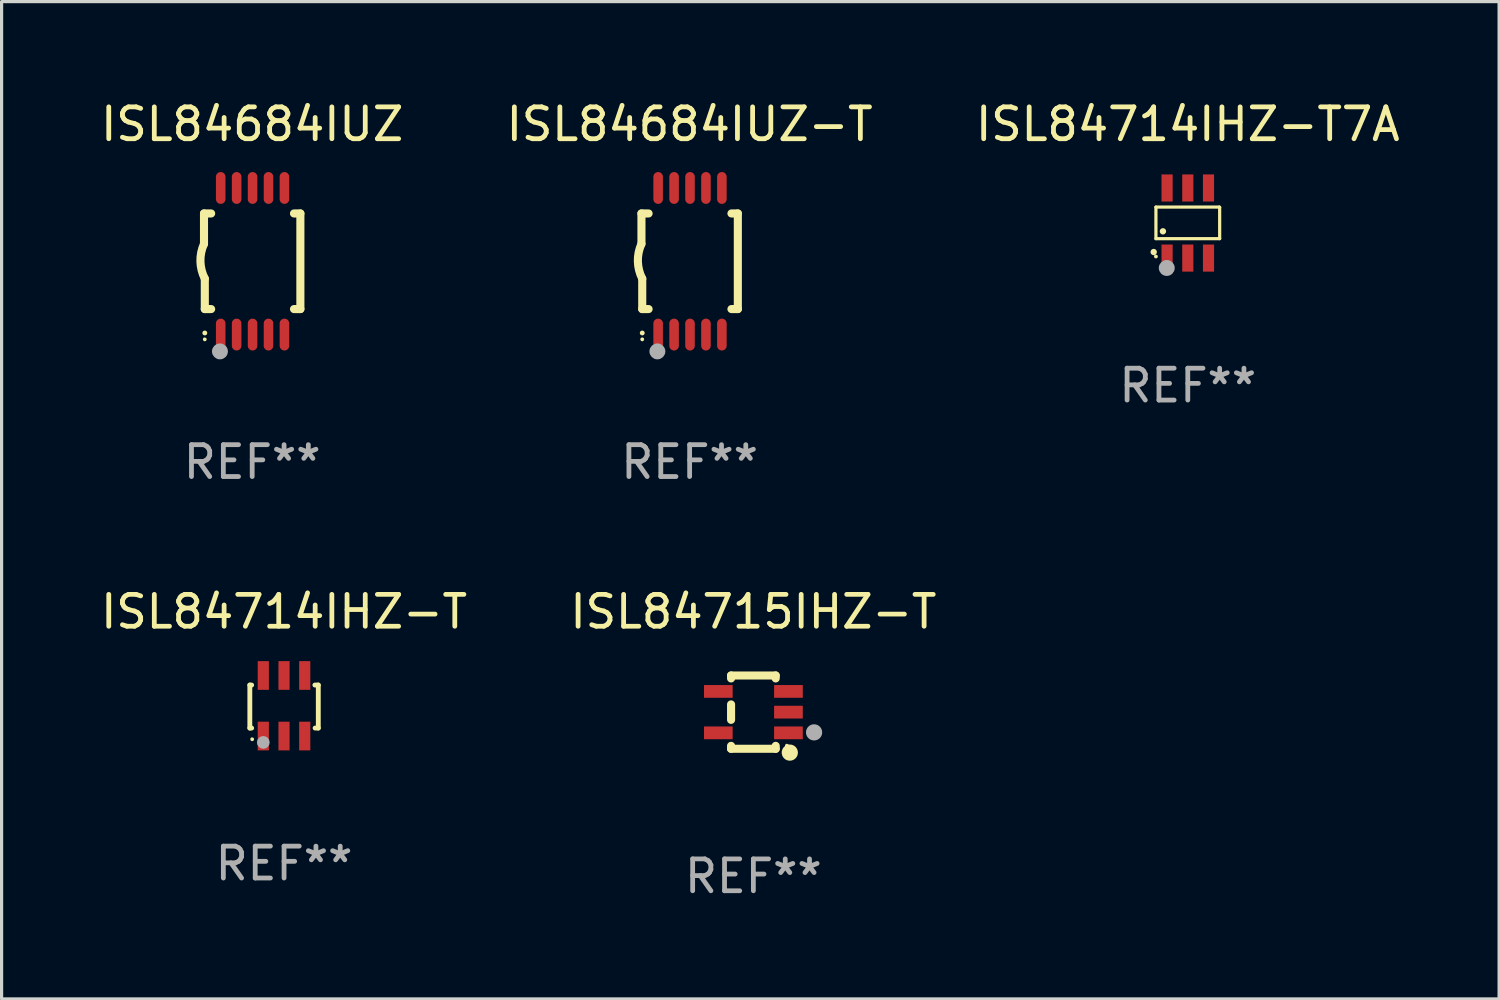
<source format=kicad_pcb>
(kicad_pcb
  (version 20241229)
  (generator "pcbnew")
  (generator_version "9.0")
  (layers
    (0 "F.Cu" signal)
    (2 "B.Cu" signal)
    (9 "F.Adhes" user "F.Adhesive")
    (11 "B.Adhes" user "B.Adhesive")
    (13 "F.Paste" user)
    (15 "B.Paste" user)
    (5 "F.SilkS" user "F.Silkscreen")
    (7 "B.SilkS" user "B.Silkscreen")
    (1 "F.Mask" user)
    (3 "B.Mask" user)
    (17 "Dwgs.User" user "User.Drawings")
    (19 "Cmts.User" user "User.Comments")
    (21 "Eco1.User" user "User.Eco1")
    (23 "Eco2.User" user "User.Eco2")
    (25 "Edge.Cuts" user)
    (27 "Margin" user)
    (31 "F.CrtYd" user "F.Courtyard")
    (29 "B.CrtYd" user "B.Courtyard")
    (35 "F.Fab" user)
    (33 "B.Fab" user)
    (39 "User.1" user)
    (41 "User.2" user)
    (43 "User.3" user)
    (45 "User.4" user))
  (footprint "ISL84684IUZ"
    (layer "F.Cu")
    (at 4.863 5.148)
    (property "Reference" "ISL84684IUZ" (at 0 -4.3 0) (layer "F.SilkS") (effects (font (size 1 1) (thickness 0.15))))
    (attr through_hole)
    (fp_line (start -1.512 -1.5) (end -1.512 -0.546) (stroke (width 0.254) (type solid)) (layer "F.SilkS"))
    (fp_line (start -1.487 0.546) (end -1.487 1.5) (stroke (width 0.254) (type solid)) (layer "F.SilkS"))
    (fp_line (start -1.288 -1.5) (end -1.512 -1.5) (stroke (width 0.254) (type solid)) (layer "F.SilkS"))
    (fp_line (start -1.288 1.5) (end -1.487 1.5) (stroke (width 0.254) (type solid)) (layer "F.SilkS"))
    (fp_line (start 1.512 -1.5) (end 1.312 -1.5) (stroke (width 0.254) (type solid)) (layer "F.SilkS"))
    (fp_line (start 1.512 -1.5) (end 1.512 1.5) (stroke (width 0.254) (type solid)) (layer "F.SilkS"))
    (fp_line (start 1.512 1.5) (end 1.312 1.5) (stroke (width 0.254) (type solid)) (layer "F.SilkS"))
    (fp_arc (start -1.487998 2.250013) (mid -1.486728 2.250007) (end -1.485458 2.250013) (stroke (width 0.150013) (type solid)) (layer "F.SilkS"))
    (fp_arc (start -1.486602 0.546102) (mid -1.624196 0.002905) (end -1.512002 -0.546101) (stroke (width 0.254001) (type solid)) (layer "F.SilkS"))
    (fp_circle (center -1.488 2.45) (end -1.458 2.45) (stroke (width 0.06) (type solid)) (fill no) (layer "F.SilkS"))
    (fp_circle (center -1.012 2.828) (end -0.887 2.828) (stroke (width 0.25) (type solid)) (fill no) (layer "F.Fab"))
    (fp_text user "REF**" (at 0 6.3 0) (layer "F.Fab") (effects (font (size 1 1) (thickness 0.15))))
    (pad "1" smd oval (at -0.988 2.3) (size 0.3 1) (layers "F.Cu" "F.Mask" "F.Paste"))
    (pad "2" smd oval (at -0.488 2.3) (size 0.3 1) (layers "F.Cu" "F.Mask" "F.Paste"))
    (pad "3" smd oval (at 0.012 2.3) (size 0.3 1) (layers "F.Cu" "F.Mask" "F.Paste"))
    (pad "4" smd oval (at 0.512 2.3) (size 0.3 1) (layers "F.Cu" "F.Mask" "F.Paste"))
    (pad "5" smd oval (at 1.012 2.3) (size 0.3 1) (layers "F.Cu" "F.Mask" "F.Paste"))
    (pad "6" smd oval (at 1.012 -2.3) (size 0.3 1) (layers "F.Cu" "F.Mask" "F.Paste"))
    (pad "7" smd oval (at 0.512 -2.3) (size 0.3 1) (layers "F.Cu" "F.Mask" "F.Paste"))
    (pad "8" smd oval (at 0.012 -2.3) (size 0.3 1) (layers "F.Cu" "F.Mask" "F.Paste"))
    (pad "9" smd oval (at -0.488 -2.3) (size 0.3 1) (layers "F.Cu" "F.Mask" "F.Paste"))
    (pad "10" smd oval (at -0.988 -2.3) (size 0.3 1) (layers "F.Cu" "F.Mask" "F.Paste")))
  (footprint "ISL84715IHZ-T"
    (layer "F.Cu")
    (at 20.589 19.295)
    (property "Reference" "ISL84715IHZ-T" (at 0 -3.15 0) (layer "F.SilkS") (effects (font (size 1 1) (thickness 0.15))))
    (attr through_hole)
    (fp_line (start -0.7 -1.15) (end 0.7 -1.15) (stroke (width 0.254) (type solid)) (layer "F.SilkS"))
    (fp_line (start -0.7 -1.058) (end -0.7 -1.15) (stroke (width 0.254) (type solid)) (layer "F.SilkS"))
    (fp_line (start -0.7 0.242) (end -0.7 -0.242) (stroke (width 0.254) (type solid)) (layer "F.SilkS"))
    (fp_line (start -0.7 1.15) (end -0.7 1.058) (stroke (width 0.254) (type solid)) (layer "F.SilkS"))
    (fp_line (start -0.7 1.15) (end 0.7 1.15) (stroke (width 0.254) (type solid)) (layer "F.SilkS"))
    (fp_line (start 0.7 -1.058) (end 0.7 -1.15) (stroke (width 0.254) (type solid)) (layer "F.SilkS"))
    (fp_line (start 0.7 1.15) (end 0.7 1.058) (stroke (width 0.254) (type solid)) (layer "F.SilkS"))
    (fp_circle (center 1.053 1.052) (end 1.083 1.052) (stroke (width 0.06) (type solid)) (fill no) (layer "F.SilkS"))
    (fp_circle (center 1.143 1.27) (end 1.27 1.27) (stroke (width 0.254) (type solid)) (fill no) (layer "F.SilkS"))
    (fp_circle (center 1.905 0.635) (end 2.032 0.635) (stroke (width 0.254) (type solid)) (fill no) (layer "F.Fab"))
    (fp_text user "REF**" (at 0 5.15 0) (layer "F.Fab") (effects (font (size 1 1) (thickness 0.15))))
    (pad "1" smd rect (at 1.1 0.65 90) (size 0.4 0.9) (layers "F.Cu" "F.Mask" "F.Paste"))
    (pad "2" smd rect (at 1.1 0.000076 90) (size 0.4 0.9) (layers "F.Cu" "F.Mask" "F.Paste"))
    (pad "3" smd rect (at 1.1 -0.65 90) (size 0.4 0.9) (layers "F.Cu" "F.Mask" "F.Paste"))
    (pad "4" smd rect (at -1.1 -0.65 90) (size 0.4 0.9) (layers "F.Cu" "F.Mask" "F.Paste"))
    (pad "5" smd rect (at -1.1 0.65 90) (size 0.4 0.9) (layers "F.Cu" "F.Mask" "F.Paste")))
  (footprint "ISL84714IHZ-T"
    (layer "F.Cu")
    (at 5.863 19.095)
    (property "Reference" "ISL84714IHZ-T" (at 0 -2.95 0) (layer "F.SilkS") (effects (font (size 1 1) (thickness 0.15))))
    (attr through_hole)
    (fp_line (start -1.074 -0.65) (end -1.074 0.7) (stroke (width 0.152) (type solid)) (layer "F.SilkS"))
    (fp_line (start -1.074 0.7) (end -1.017 0.7) (stroke (width 0.152) (type solid)) (layer "F.SilkS"))
    (fp_line (start -1.017 -0.65) (end -1.074 -0.65) (stroke (width 0.152) (type solid)) (layer "F.SilkS"))
    (fp_line (start 0.967 -0.65) (end 1.074 -0.65) (stroke (width 0.152) (type solid)) (layer "F.SilkS"))
    (fp_line (start 1.074 -0.65) (end 1.074 0.7) (stroke (width 0.152) (type solid)) (layer "F.SilkS"))
    (fp_line (start 1.074 0.7) (end 0.974 0.7) (stroke (width 0.152) (type solid)) (layer "F.SilkS"))
    (fp_circle (center -1.001 1.05) (end -0.971 1.05) (stroke (width 0.06) (type solid)) (fill no) (layer "F.SilkS"))
    (fp_circle (center -0.651 1.15) (end -0.551 1.15) (stroke (width 0.2) (type solid)) (fill no) (layer "F.Fab"))
    (fp_text user "REF**" (at 0 4.95 0) (layer "F.Fab") (effects (font (size 1 1) (thickness 0.15))))
    (pad "1" smd rect (at -0.651 0.95 180) (size 0.35 0.9) (layers "F.Cu" "F.Mask" "F.Paste"))
    (pad "2" smd rect (at -0.001 0.95 180) (size 0.35 0.9) (layers "F.Cu" "F.Mask" "F.Paste"))
    (pad "3" smd rect (at 0.649 0.95 180) (size 0.35 0.9) (layers "F.Cu" "F.Mask" "F.Paste"))
    (pad "4" smd rect (at 0.649 -0.95) (size 0.35 0.9) (layers "F.Cu" "F.Mask" "F.Paste"))
    (pad "5" smd rect (at -0.001 -0.95) (size 0.35 0.9) (layers "F.Cu" "F.Mask" "F.Paste"))
    (pad "6" smd rect (at -0.651 -0.95) (size 0.35 0.9) (layers "F.Cu" "F.Mask" "F.Paste")))
  (footprint "ISL84714IHZ-T7A"
    (layer "F.Cu")
    (at 34.22 3.948)
    (property "Reference" "ISL84714IHZ-T7A" (at 0 -3.1 0) (layer "F.SilkS") (effects (font (size 1 1) (thickness 0.15))))
    (attr through_hole)
    (fp_line (start -1 -0.5) (end -1 0.49) (stroke (width 0.1) (type solid)) (layer "F.SilkS"))
    (fp_line (start -1 0.49) (end 1 0.49) (stroke (width 0.1) (type solid)) (layer "F.SilkS"))
    (fp_line (start 0.99 -0.5) (end -1 -0.5) (stroke (width 0.1) (type solid)) (layer "F.SilkS"))
    (fp_line (start 1 -0.49) (end 0.99 -0.5) (stroke (width 0.1) (type solid)) (layer "F.SilkS"))
    (fp_line (start 1 0.49) (end 1 -0.49) (stroke (width 0.1) (type solid)) (layer "F.SilkS"))
    (fp_circle (center -1.07 0.91) (end -1.02 0.91) (stroke (width 0.1) (type solid)) (fill no) (layer "F.SilkS"))
    (fp_circle (center -1 1.05) (end -0.97 1.05) (stroke (width 0.06) (type solid)) (fill no) (layer "F.SilkS"))
    (fp_circle (center -0.78 0.26) (end -0.73 0.26) (stroke (width 0.1) (type solid)) (fill no) (layer "F.SilkS"))
    (fp_circle (center -0.66 1.41) (end -0.535 1.41) (stroke (width 0.25) (type solid)) (fill no) (layer "F.Fab"))
    (fp_text user "REF**" (at 0 5.1 0) (layer "F.Fab") (effects (font (size 1 1) (thickness 0.15))))
    (pad "1" smd rect (at -0.65 1.1) (size 0.35 0.85) (layers "F.Cu" "F.Mask" "F.Paste"))
    (pad "2" smd rect (at 0 1.1) (size 0.35 0.85) (layers "F.Cu" "F.Mask" "F.Paste"))
    (pad "3" smd rect (at 0.65 1.1) (size 0.35 0.85) (layers "F.Cu" "F.Mask" "F.Paste"))
    (pad "4" smd rect (at 0.65 -1.1) (size 0.35 0.85) (layers "F.Cu" "F.Mask" "F.Paste"))
    (pad "5" smd rect (at 0 -1.1) (size 0.35 0.85) (layers "F.Cu" "F.Mask" "F.Paste"))
    (pad "6" smd rect (at -0.65 -1.1) (size 0.35 0.85) (layers "F.Cu" "F.Mask" "F.Paste")))
  (footprint "ISL84684IUZ-T"
    (layer "F.Cu")
    (at 18.589 5.148)
    (property "Reference" "ISL84684IUZ-T" (at 0 -4.3 0) (layer "F.SilkS") (effects (font (size 1 1) (thickness 0.15))))
    (attr through_hole)
    (fp_line (start -1.512 -1.5) (end -1.512 -0.546) (stroke (width 0.254) (type solid)) (layer "F.SilkS"))
    (fp_line (start -1.487 0.546) (end -1.487 1.5) (stroke (width 0.254) (type solid)) (layer "F.SilkS"))
    (fp_line (start -1.288 -1.5) (end -1.512 -1.5) (stroke (width 0.254) (type solid)) (layer "F.SilkS"))
    (fp_line (start -1.288 1.5) (end -1.487 1.5) (stroke (width 0.254) (type solid)) (layer "F.SilkS"))
    (fp_line (start 1.512 -1.5) (end 1.312 -1.5) (stroke (width 0.254) (type solid)) (layer "F.SilkS"))
    (fp_line (start 1.512 -1.5) (end 1.512 1.5) (stroke (width 0.254) (type solid)) (layer "F.SilkS"))
    (fp_line (start 1.512 1.5) (end 1.312 1.5) (stroke (width 0.254) (type solid)) (layer "F.SilkS"))
    (fp_arc (start -1.487998 2.250013) (mid -1.486728 2.250007) (end -1.485458 2.250013) (stroke (width 0.150013) (type solid)) (layer "F.SilkS"))
    (fp_arc (start -1.486602 0.546102) (mid -1.624196 0.002905) (end -1.512002 -0.546101) (stroke (width 0.254001) (type solid)) (layer "F.SilkS"))
    (fp_circle (center -1.488 2.45) (end -1.458 2.45) (stroke (width 0.06) (type solid)) (fill no) (layer "F.SilkS"))
    (fp_circle (center -1.012 2.828) (end -0.887 2.828) (stroke (width 0.25) (type solid)) (fill no) (layer "F.Fab"))
    (fp_text user "REF**" (at 0 6.3 0) (layer "F.Fab") (effects (font (size 1 1) (thickness 0.15))))
    (pad "1" smd oval (at -0.988 2.3) (size 0.3 1) (layers "F.Cu" "F.Mask" "F.Paste"))
    (pad "2" smd oval (at -0.488 2.3) (size 0.3 1) (layers "F.Cu" "F.Mask" "F.Paste"))
    (pad "3" smd oval (at 0.012 2.3) (size 0.3 1) (layers "F.Cu" "F.Mask" "F.Paste"))
    (pad "4" smd oval (at 0.512 2.3) (size 0.3 1) (layers "F.Cu" "F.Mask" "F.Paste"))
    (pad "5" smd oval (at 1.012 2.3) (size 0.3 1) (layers "F.Cu" "F.Mask" "F.Paste"))
    (pad "6" smd oval (at 1.012 -2.3) (size 0.3 1) (layers "F.Cu" "F.Mask" "F.Paste"))
    (pad "7" smd oval (at 0.512 -2.3) (size 0.3 1) (layers "F.Cu" "F.Mask" "F.Paste"))
    (pad "8" smd oval (at 0.012 -2.3) (size 0.3 1) (layers "F.Cu" "F.Mask" "F.Paste"))
    (pad "9" smd oval (at -0.488 -2.3) (size 0.3 1) (layers "F.Cu" "F.Mask" "F.Paste"))
    (pad "10" smd oval (at -0.988 -2.3) (size 0.3 1) (layers "F.Cu" "F.Mask" "F.Paste")))
  (gr_rect
    (start -3 -3)
    (end 43.988 28.293)
    (stroke (width 0.1) (type default))
    (fill no)
    (layer "Edge.Cuts")))
</source>
